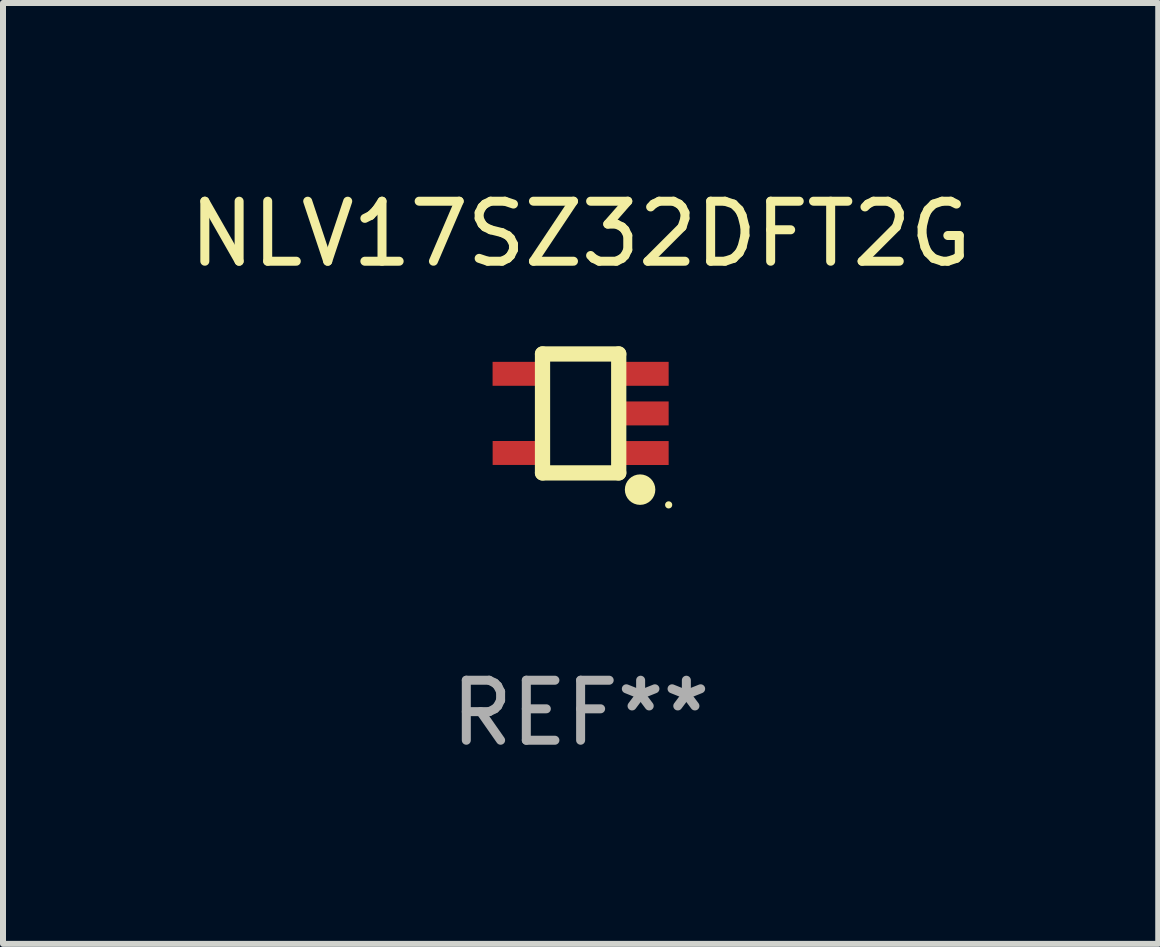
<source format=kicad_pcb>
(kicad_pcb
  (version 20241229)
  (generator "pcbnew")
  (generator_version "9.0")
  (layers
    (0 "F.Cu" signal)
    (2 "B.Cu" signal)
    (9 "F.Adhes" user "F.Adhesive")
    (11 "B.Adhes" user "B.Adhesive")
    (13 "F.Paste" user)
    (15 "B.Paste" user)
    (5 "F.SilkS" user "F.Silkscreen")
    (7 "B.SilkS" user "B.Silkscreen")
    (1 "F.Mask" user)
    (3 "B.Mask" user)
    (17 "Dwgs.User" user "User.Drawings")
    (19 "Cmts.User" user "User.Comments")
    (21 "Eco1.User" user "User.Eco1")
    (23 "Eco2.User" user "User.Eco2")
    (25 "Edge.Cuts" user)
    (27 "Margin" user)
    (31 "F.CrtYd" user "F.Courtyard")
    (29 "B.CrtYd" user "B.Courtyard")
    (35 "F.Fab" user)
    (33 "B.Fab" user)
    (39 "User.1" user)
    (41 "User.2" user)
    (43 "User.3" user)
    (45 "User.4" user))
  (footprint "NLV17SZ32DFT2G"
    (layer "F.Cu")
    (at 6.625 3.839)
    (property "Reference" "NLV17SZ32DFT2G" (at 0 -2.991 0) (layer "F.SilkS") (effects (font (size 1 1) (thickness 0.15))))
    (attr through_hole)
    (fp_line (start -0.635 -0.991) (end 0.635 -0.991) (stroke (width 0.254) (type solid)) (layer "F.SilkS"))
    (fp_line (start -0.635 0.991) (end -0.635 -0.991) (stroke (width 0.254) (type solid)) (layer "F.SilkS"))
    (fp_line (start 0.635 -0.991) (end 0.635 0.991) (stroke (width 0.254) (type solid)) (layer "F.SilkS"))
    (fp_line (start 0.635 0.991) (end -0.635 0.991) (stroke (width 0.254) (type solid)) (layer "F.SilkS"))
    (fp_circle (center 0.991 1.27) (end 1.118 1.27) (stroke (width 0.254) (type solid)) (fill no) (layer "F.SilkS"))
    (fp_circle (center 1.467 1.524) (end 1.497 1.524) (stroke (width 0.06) (type solid)) (fill no) (layer "F.SilkS"))
    (fp_text user "REF**" (at 0 4.991 0) (layer "F.Fab") (effects (font (size 1 1) (thickness 0.15))))
    (pad "1" smd rect (at 1.067 0.66 180) (size 0.8 0.399) (layers "F.Cu" "F.Mask" "F.Paste"))
    (pad "2" smd rect (at 1.067 0 180) (size 0.8 0.399) (layers "F.Cu" "F.Mask" "F.Paste"))
    (pad "3" smd rect (at 1.067 -0.66 180) (size 0.8 0.399) (layers "F.Cu" "F.Mask" "F.Paste"))
    (pad "4" smd rect (at -1.067 -0.66 180) (size 0.8 0.399) (layers "F.Cu" "F.Mask" "F.Paste"))
    (pad "5" smd rect (at -1.066 0.659 180) (size 0.8 0.399) (layers "F.Cu" "F.Mask" "F.Paste")))
  (gr_rect
    (start -3 -3)
    (end 16.25 12.678)
    (stroke (width 0.1) (type default))
    (fill no)
    (layer "Edge.Cuts")))
</source>
